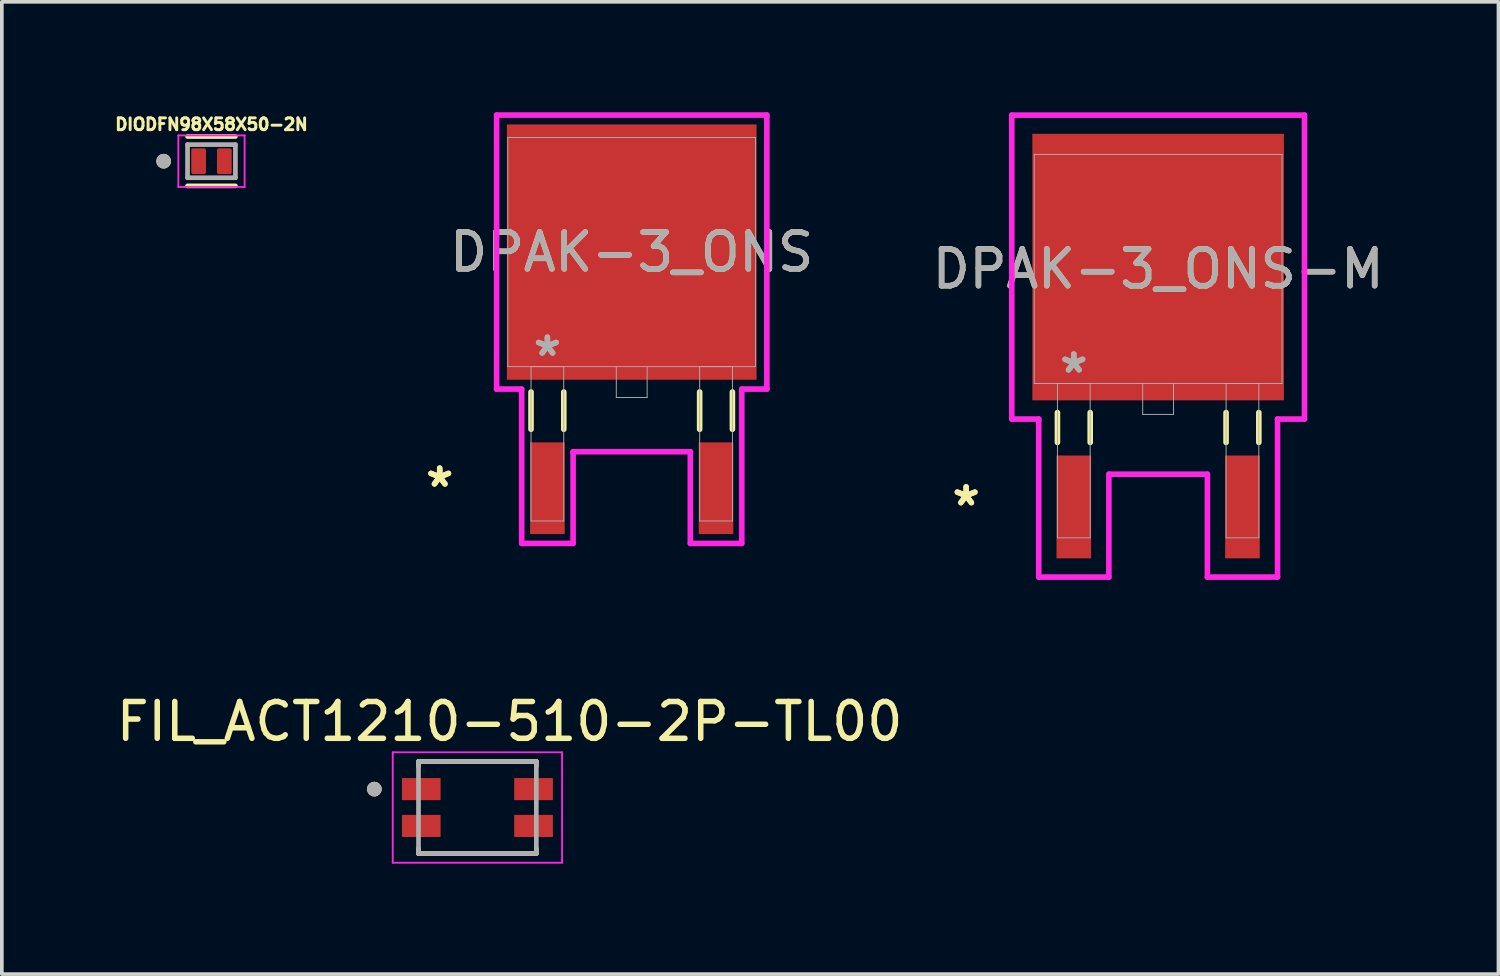
<source format=kicad_pcb>
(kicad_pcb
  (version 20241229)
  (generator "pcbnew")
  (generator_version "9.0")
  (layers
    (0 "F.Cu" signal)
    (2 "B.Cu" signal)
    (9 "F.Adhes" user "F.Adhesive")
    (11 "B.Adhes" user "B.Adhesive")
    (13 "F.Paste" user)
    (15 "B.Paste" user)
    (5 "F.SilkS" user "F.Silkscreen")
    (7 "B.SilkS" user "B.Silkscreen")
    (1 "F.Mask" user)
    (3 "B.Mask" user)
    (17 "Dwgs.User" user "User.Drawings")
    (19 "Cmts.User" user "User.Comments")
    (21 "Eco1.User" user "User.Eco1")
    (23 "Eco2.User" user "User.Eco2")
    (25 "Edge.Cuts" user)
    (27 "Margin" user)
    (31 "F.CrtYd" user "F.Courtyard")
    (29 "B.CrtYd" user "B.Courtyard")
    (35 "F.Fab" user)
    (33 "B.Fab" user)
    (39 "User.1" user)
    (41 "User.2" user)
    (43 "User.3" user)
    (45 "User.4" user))
  (footprint "FIL_ACT1210-510-2P-TL00"
    (layer "F.Cu")
    (at 9.917 18.883)
    (property "Reference" "FIL_ACT1210-510-2P-TL00" (at 0.875 -2.335 0) (layer "F.SilkS") (effects (font (size 1 1) (thickness 0.15))))
    (attr smd)
    (fp_line (start -1.6 -1.25) (end -1.6 -1.12) (stroke (width 0.127) (type solid)) (layer "F.SilkS"))
    (fp_line (start -1.6 -1.25) (end 1.6 -1.25) (stroke (width 0.127) (type solid)) (layer "F.SilkS"))
    (fp_line (start -1.6 1.25) (end -1.6 1.12) (stroke (width 0.127) (type solid)) (layer "F.SilkS"))
    (fp_line (start -1.6 1.25) (end 1.6 1.25) (stroke (width 0.127) (type solid)) (layer "F.SilkS"))
    (fp_line (start 1.6 -1.25) (end 1.6 -1.12) (stroke (width 0.127) (type solid)) (layer "F.SilkS"))
    (fp_line (start 1.6 1.25) (end 1.6 1.12) (stroke (width 0.127) (type solid)) (layer "F.SilkS"))
    (fp_circle (center -2.8 -0.5) (end -2.7 -0.5) (stroke (width 0.2) (type solid)) (fill no) (layer "F.SilkS"))
    (fp_line (start -2.3 -1.5) (end -2.3 1.5) (stroke (width 0.05) (type solid)) (layer "F.CrtYd"))
    (fp_line (start -2.3 -1.5) (end 2.3 -1.5) (stroke (width 0.05) (type solid)) (layer "F.CrtYd"))
    (fp_line (start 2.3 -1.5) (end 2.3 1.5) (stroke (width 0.05) (type solid)) (layer "F.CrtYd"))
    (fp_line (start 2.3 1.5) (end -2.3 1.5) (stroke (width 0.05) (type solid)) (layer "F.CrtYd"))
    (fp_line (start -1.6 -1.25) (end -1.6 1.25) (stroke (width 0.127) (type solid)) (layer "F.Fab"))
    (fp_line (start -1.6 -1.25) (end 1.6 -1.25) (stroke (width 0.127) (type solid)) (layer "F.Fab"))
    (fp_line (start 1.6 -1.25) (end 1.6 1.25) (stroke (width 0.127) (type solid)) (layer "F.Fab"))
    (fp_line (start 1.6 1.25) (end -1.6 1.25) (stroke (width 0.127) (type solid)) (layer "F.Fab"))
    (fp_circle (center -2.8 -0.5) (end -2.7 -0.5) (stroke (width 0.2) (type solid)) (fill no) (layer "F.Fab"))
    (pad "1" smd rect (at -1.525 -0.5) (size 1.05 0.6) (layers "F.Cu" "F.Mask" "F.Paste"))
    (pad "2" smd rect (at -1.525 0.5) (size 1.05 0.6) (layers "F.Cu" "F.Mask" "F.Paste"))
    (pad "3" smd rect (at 1.525 0.5) (size 1.05 0.6) (layers "F.Cu" "F.Mask" "F.Paste"))
    (pad "4" smd rect (at 1.525 -0.5) (size 1.05 0.6) (layers "F.Cu" "F.Mask" "F.Paste")))
  (footprint "DIODFN98X58X50-2N"
    (layer "F.Cu")
    (at 2.694 1.328)
    (property "Reference" "DIODFN98X58X50-2N" (at 0 -1 0) (layer "F.SilkS") (effects (font (size 0.32 0.32) (thickness 0.08) (bold yes))))
    (attr smd)
    (fp_poly (pts (xy -0.601 -0.4) (xy -0.1 -0.4) (xy -0.1 0.401) (xy -0.601 0.401)) (stroke (width 0.01) (type solid)) (fill yes) (layer "F.Mask"))
    (fp_poly (pts (xy 0.1 -0.4) (xy 0.6 -0.4) (xy 0.6 0.4) (xy 0.1 0.4)) (stroke (width 0.01) (type solid)) (fill yes) (layer "F.Mask"))
    (fp_line (start -0.65 -0.67) (end 0.65 -0.67) (stroke (width 0.127) (type solid)) (layer "F.SilkS"))
    (fp_line (start 0.65 0.67) (end -0.65 0.67) (stroke (width 0.127) (type solid)) (layer "F.SilkS"))
    (fp_circle (center -1.3 0) (end -1.2 0) (stroke (width 0.2) (type solid)) (fill no) (layer "F.SilkS"))
    (fp_poly (pts (xy -0.5 -0.3) (xy -0.2 -0.3) (xy -0.2 0.3) (xy -0.5 0.3)) (stroke (width 0.01) (type solid)) (fill yes) (layer "F.Paste"))
    (fp_poly (pts (xy 0.2 -0.3) (xy 0.5 -0.3) (xy 0.5 0.3) (xy 0.2 0.3)) (stroke (width 0.01) (type solid)) (fill yes) (layer "F.Paste"))
    (fp_line (start -0.9 -0.7) (end -0.9 0.7) (stroke (width 0.05) (type solid)) (layer "F.CrtYd"))
    (fp_line (start -0.9 0.7) (end 0.9 0.7) (stroke (width 0.05) (type solid)) (layer "F.CrtYd"))
    (fp_line (start 0.9 -0.7) (end -0.9 -0.7) (stroke (width 0.05) (type solid)) (layer "F.CrtYd"))
    (fp_line (start 0.9 0.7) (end 0.9 -0.7) (stroke (width 0.05) (type solid)) (layer "F.CrtYd"))
    (fp_line (start -0.65 -0.45) (end 0.65 -0.45) (stroke (width 0.127) (type solid)) (layer "F.Fab"))
    (fp_line (start -0.65 0.45) (end -0.65 -0.45) (stroke (width 0.127) (type solid)) (layer "F.Fab"))
    (fp_line (start 0.65 -0.45) (end 0.65 0.45) (stroke (width 0.127) (type solid)) (layer "F.Fab"))
    (fp_line (start 0.65 0.45) (end -0.65 0.45) (stroke (width 0.127) (type solid)) (layer "F.Fab"))
    (fp_circle (center -1.3 0) (end -1.2 0) (stroke (width 0.2) (type solid)) (fill no) (layer "F.Fab"))
    (pad "1" smd roundrect (at -0.35 0) (size 0.4 0.7) (layers "F.Cu") (roundrect_rratio 0.125))
    (pad "2" smd roundrect (at 0.35 0) (size 0.4 0.7) (layers "F.Cu") (roundrect_rratio 0.125)))
  (footprint "DPAK-3_ONS-M"
    (layer "F.Cu")
    (at 28.406 4.255)
    (property "Reference" "DPAK-3_ONS-M" (at 0 0 0) (unlocked yes) (layer "F.SilkS") (effects (font (size 1 1) (thickness 0.15))))
    (attr smd)
    (fp_line (start -2.735 3.901) (end -2.735 4.712) (stroke (width 0.152) (type solid)) (layer "F.SilkS"))
    (fp_line (start -1.845 3.901) (end -1.845 4.712) (stroke (width 0.152) (type solid)) (layer "F.SilkS"))
    (fp_line (start 1.845 3.901) (end 1.845 4.712) (stroke (width 0.152) (type solid)) (layer "F.SilkS"))
    (fp_line (start 2.735 3.901) (end 2.735 4.712) (stroke (width 0.152) (type solid)) (layer "F.SilkS"))
    (fp_line (start -3.975 -4.178) (end 3.975 -4.178) (stroke (width 0.152) (type solid)) (layer "F.CrtYd"))
    (fp_line (start -3.975 4.077) (end -3.975 -4.178) (stroke (width 0.152) (type solid)) (layer "F.CrtYd"))
    (fp_line (start -3.243 4.077) (end -3.975 4.077) (stroke (width 0.152) (type solid)) (layer "F.CrtYd"))
    (fp_line (start -3.243 8.369) (end -3.243 4.077) (stroke (width 0.152) (type solid)) (layer "F.CrtYd"))
    (fp_line (start -1.338 5.575) (end -1.338 8.369) (stroke (width 0.152) (type solid)) (layer "F.CrtYd"))
    (fp_line (start -1.338 8.369) (end -3.243 8.369) (stroke (width 0.152) (type solid)) (layer "F.CrtYd"))
    (fp_line (start 1.338 5.575) (end -1.338 5.575) (stroke (width 0.152) (type solid)) (layer "F.CrtYd"))
    (fp_line (start 1.338 8.369) (end 1.338 5.575) (stroke (width 0.152) (type solid)) (layer "F.CrtYd"))
    (fp_line (start 3.243 4.077) (end 3.243 8.369) (stroke (width 0.152) (type solid)) (layer "F.CrtYd"))
    (fp_line (start 3.243 8.369) (end 1.338 8.369) (stroke (width 0.152) (type solid)) (layer "F.CrtYd"))
    (fp_line (start 3.975 -4.178) (end 3.975 4.077) (stroke (width 0.152) (type solid)) (layer "F.CrtYd"))
    (fp_line (start 3.975 4.077) (end 3.243 4.077) (stroke (width 0.152) (type solid)) (layer "F.CrtYd"))
    (fp_line (start -3.365 -3.111) (end -3.365 3.111) (stroke (width 0.025) (type solid)) (layer "F.Fab"))
    (fp_line (start -3.365 3.111) (end 3.365 3.111) (stroke (width 0.025) (type solid)) (layer "F.Fab"))
    (fp_line (start -2.735 3.111) (end -2.735 7.303) (stroke (width 0.025) (type solid)) (layer "F.Fab"))
    (fp_line (start -2.735 7.303) (end -1.846 7.303) (stroke (width 0.025) (type solid)) (layer "F.Fab"))
    (fp_line (start -1.846 3.111) (end -2.735 3.111) (stroke (width 0.025) (type solid)) (layer "F.Fab"))
    (fp_line (start -1.846 7.303) (end -1.846 3.111) (stroke (width 0.025) (type solid)) (layer "F.Fab"))
    (fp_line (start -0.419 3.111) (end -0.419 3.95) (stroke (width 0.025) (type solid)) (layer "F.Fab"))
    (fp_line (start -0.419 3.95) (end 0.419 3.95) (stroke (width 0.025) (type solid)) (layer "F.Fab"))
    (fp_line (start 0.419 3.95) (end 0.419 3.111) (stroke (width 0.025) (type solid)) (layer "F.Fab"))
    (fp_line (start 1.846 3.111) (end 1.846 7.303) (stroke (width 0.025) (type solid)) (layer "F.Fab"))
    (fp_line (start 1.846 7.303) (end 2.735 7.303) (stroke (width 0.025) (type solid)) (layer "F.Fab"))
    (fp_line (start 2.735 3.111) (end 1.846 3.111) (stroke (width 0.025) (type solid)) (layer "F.Fab"))
    (fp_line (start 2.735 7.303) (end 2.735 3.111) (stroke (width 0.025) (type solid)) (layer "F.Fab"))
    (fp_line (start 3.365 -3.111) (end -3.365 -3.111) (stroke (width 0.025) (type solid)) (layer "F.Fab"))
    (fp_line (start 3.365 3.111) (end 3.365 -3.111) (stroke (width 0.025) (type solid)) (layer "F.Fab"))
    (fp_text user "*" (at -5.215 6.464 0) (layer "F.SilkS") (effects (font (size 1 1) (thickness 0.15))))
    (fp_text user "*" (at -5.215 6.464 0) (unlocked yes) (layer "F.SilkS") (effects (font (size 1 1) (thickness 0.15))))
    (fp_text user "${REFERENCE}" (at 0 0 0) (unlocked yes) (layer "F.Fab") (effects (font (size 1 1) (thickness 0.15))))
    (fp_text user "*" (at -2.29 2.857 0) (unlocked yes) (layer "F.Fab") (effects (font (size 1 1) (thickness 0.15))))
    (fp_text user "*" (at -2.29 2.857 0) (layer "F.Fab") (effects (font (size 1 1) (thickness 0.15))))
    (pad "1" smd rect (at -2.29 6.464) (size 0.94 2.794) (layers "F.Cu" "F.Mask" "F.Paste"))
    (pad "2" smd rect (at 0 -0.051) (size 6.833 7.239) (layers "F.Cu" "F.Mask" "F.Paste"))
    (pad "3" smd rect (at 2.29 6.464) (size 0.94 2.794) (layers "F.Cu" "F.Mask" "F.Paste")))
  (footprint "DPAK-3_ONS"
    (layer "F.Cu")
    (at 14.108 3.797)
    (property "Reference" "DPAK-3_ONS" (at 0 0 0) (unlocked yes) (layer "F.SilkS") (effects (font (size 1 1) (thickness 0.15))))
    (attr smd)
    (fp_line (start -2.735 3.8) (end -2.735 4.813) (stroke (width 0.152) (type solid)) (layer "F.SilkS"))
    (fp_line (start -1.845 3.8) (end -1.845 4.813) (stroke (width 0.152) (type solid)) (layer "F.SilkS"))
    (fp_line (start 1.845 3.8) (end 1.845 4.813) (stroke (width 0.152) (type solid)) (layer "F.SilkS"))
    (fp_line (start 2.735 3.8) (end 2.735 4.813) (stroke (width 0.152) (type solid)) (layer "F.SilkS"))
    (fp_line (start -3.67 -3.721) (end 3.67 -3.721) (stroke (width 0.152) (type solid)) (layer "F.CrtYd"))
    (fp_line (start -3.67 3.721) (end -3.67 -3.721) (stroke (width 0.152) (type solid)) (layer "F.CrtYd"))
    (fp_line (start -2.989 3.721) (end -3.67 3.721) (stroke (width 0.152) (type solid)) (layer "F.CrtYd"))
    (fp_line (start -2.989 7.912) (end -2.989 3.721) (stroke (width 0.152) (type solid)) (layer "F.CrtYd"))
    (fp_line (start -1.592 5.423) (end -1.592 7.912) (stroke (width 0.152) (type solid)) (layer "F.CrtYd"))
    (fp_line (start -1.592 7.912) (end -2.989 7.912) (stroke (width 0.152) (type solid)) (layer "F.CrtYd"))
    (fp_line (start 1.592 5.423) (end -1.592 5.423) (stroke (width 0.152) (type solid)) (layer "F.CrtYd"))
    (fp_line (start 1.592 7.912) (end 1.592 5.423) (stroke (width 0.152) (type solid)) (layer "F.CrtYd"))
    (fp_line (start 2.989 3.721) (end 2.989 7.912) (stroke (width 0.152) (type solid)) (layer "F.CrtYd"))
    (fp_line (start 2.989 7.912) (end 1.592 7.912) (stroke (width 0.152) (type solid)) (layer "F.CrtYd"))
    (fp_line (start 3.67 -3.721) (end 3.67 3.721) (stroke (width 0.152) (type solid)) (layer "F.CrtYd"))
    (fp_line (start 3.67 3.721) (end 2.989 3.721) (stroke (width 0.152) (type solid)) (layer "F.CrtYd"))
    (fp_line (start -3.365 -3.111) (end -3.365 3.111) (stroke (width 0.025) (type solid)) (layer "F.Fab"))
    (fp_line (start -3.365 3.111) (end 3.365 3.111) (stroke (width 0.025) (type solid)) (layer "F.Fab"))
    (fp_line (start -2.735 3.111) (end -2.735 7.303) (stroke (width 0.025) (type solid)) (layer "F.Fab"))
    (fp_line (start -2.735 7.303) (end -1.846 7.303) (stroke (width 0.025) (type solid)) (layer "F.Fab"))
    (fp_line (start -1.846 3.111) (end -2.735 3.111) (stroke (width 0.025) (type solid)) (layer "F.Fab"))
    (fp_line (start -1.846 7.303) (end -1.846 3.111) (stroke (width 0.025) (type solid)) (layer "F.Fab"))
    (fp_line (start -0.419 3.111) (end -0.419 3.95) (stroke (width 0.025) (type solid)) (layer "F.Fab"))
    (fp_line (start -0.419 3.95) (end 0.419 3.95) (stroke (width 0.025) (type solid)) (layer "F.Fab"))
    (fp_line (start 0.419 3.95) (end 0.419 3.111) (stroke (width 0.025) (type solid)) (layer "F.Fab"))
    (fp_line (start 1.846 3.111) (end 1.846 7.303) (stroke (width 0.025) (type solid)) (layer "F.Fab"))
    (fp_line (start 1.846 7.303) (end 2.735 7.303) (stroke (width 0.025) (type solid)) (layer "F.Fab"))
    (fp_line (start 2.735 3.111) (end 1.846 3.111) (stroke (width 0.025) (type solid)) (layer "F.Fab"))
    (fp_line (start 2.735 7.303) (end 2.735 3.111) (stroke (width 0.025) (type solid)) (layer "F.Fab"))
    (fp_line (start 3.365 -3.111) (end -3.365 -3.111) (stroke (width 0.025) (type solid)) (layer "F.Fab"))
    (fp_line (start 3.365 3.111) (end 3.365 -3.111) (stroke (width 0.025) (type solid)) (layer "F.Fab"))
    (fp_text user "*" (at -5.215 6.413 0) (layer "F.SilkS") (effects (font (size 1 1) (thickness 0.15))))
    (fp_text user "*" (at -5.215 6.413 0) (unlocked yes) (layer "F.SilkS") (effects (font (size 1 1) (thickness 0.15))))
    (fp_text user "*" (at -2.29 2.857 0) (unlocked yes) (layer "F.Fab") (effects (font (size 1 1) (thickness 0.15))))
    (fp_text user "*" (at -2.29 2.857 0) (layer "F.Fab") (effects (font (size 1 1) (thickness 0.15))))
    (fp_text user "${REFERENCE}" (at 0 0 0) (unlocked yes) (layer "F.Fab") (effects (font (size 1 1) (thickness 0.15))))
    (pad "1" smd rect (at -2.29 6.413) (size 0.94 2.489) (layers "F.Cu" "F.Mask" "F.Paste"))
    (pad "2" smd rect (at 0 0) (size 6.782 6.934) (layers "F.Cu" "F.Mask" "F.Paste"))
    (pad "3" smd rect (at 2.29 6.413) (size 0.94 2.489) (layers "F.Cu" "F.Mask" "F.Paste")))
  (gr_rect
    (start -3 -3)
    (end 37.65 23.408)
    (stroke (width 0.1) (type default))
    (fill no)
    (layer "Edge.Cuts")))
</source>
